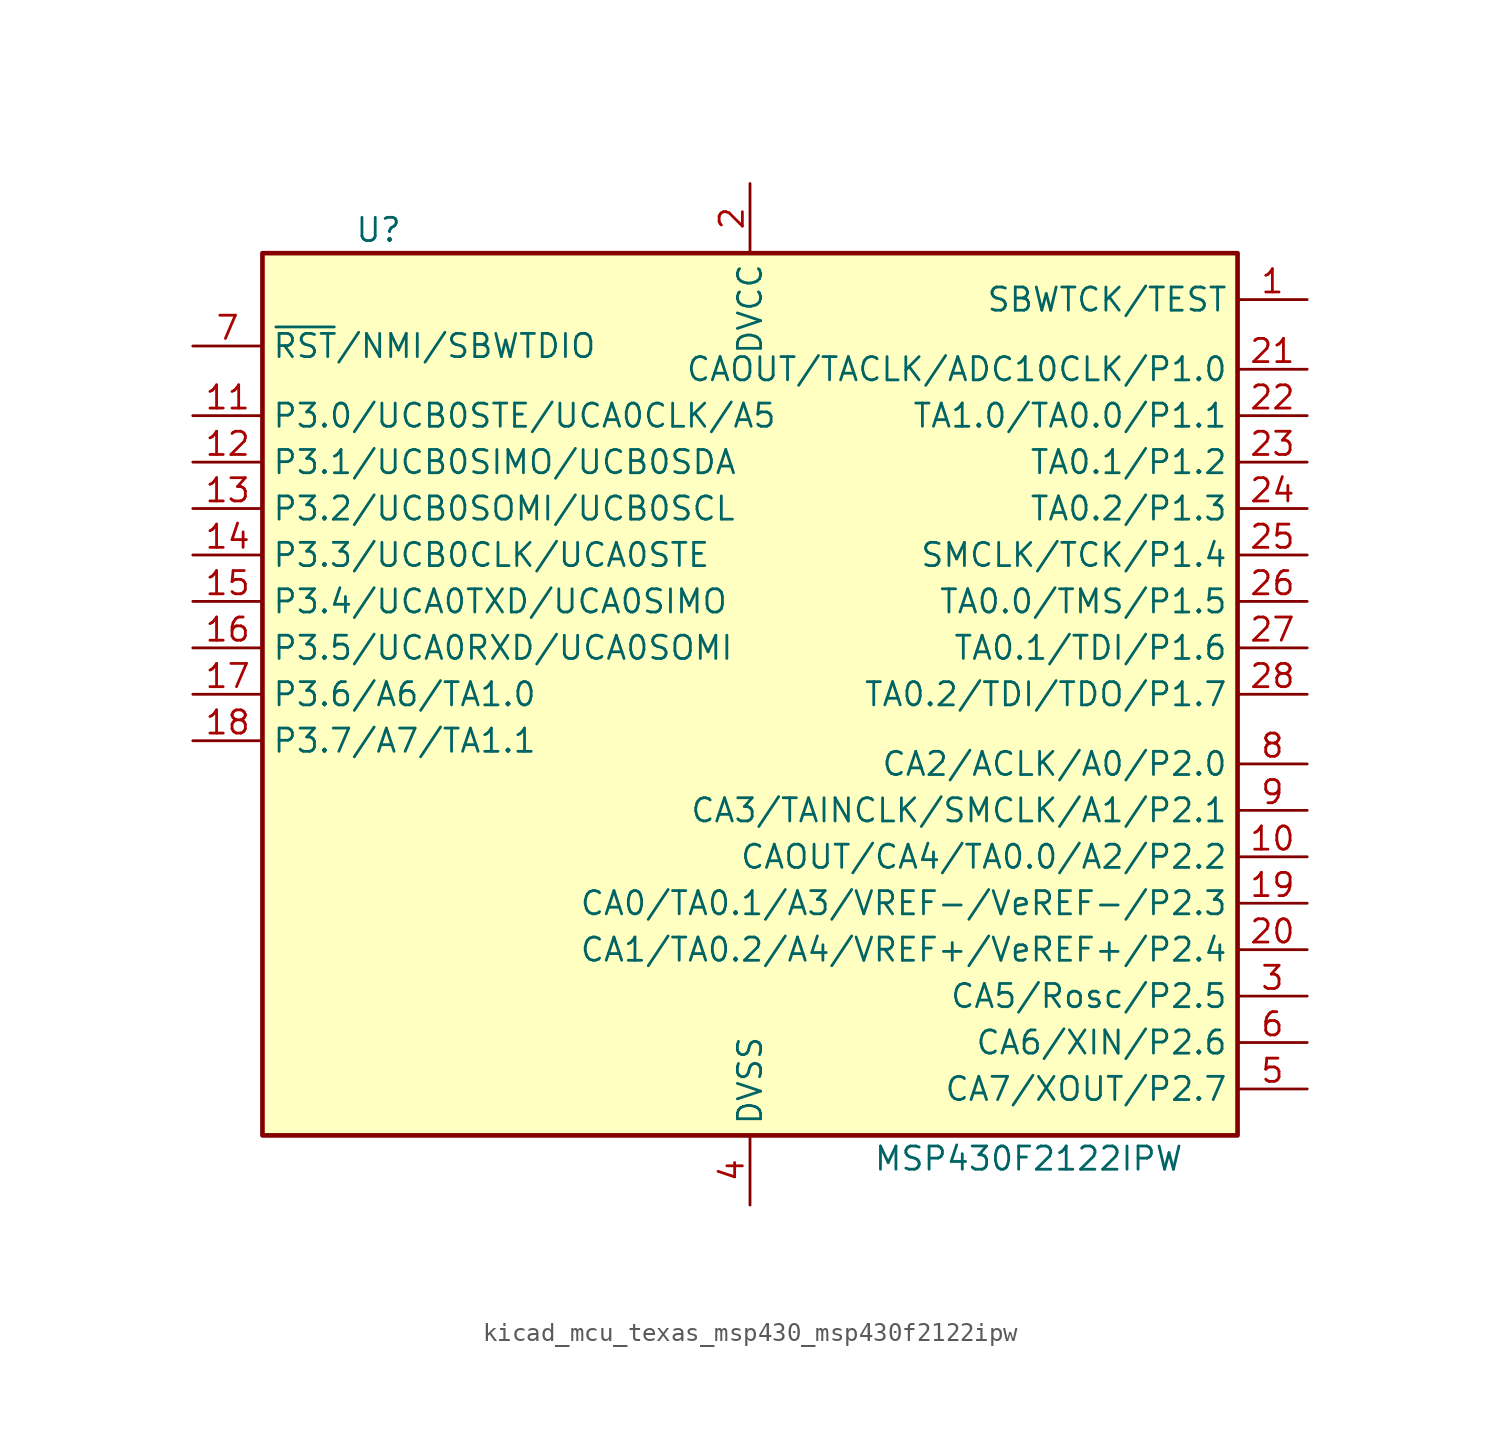
<source format=kicad_sym>
(kicad_symbol_lib
  (version 20220914)
  (generator kicad_symbol_editor)
  (symbol "kicad_mcu_texas_msp430_msp430f2122ipw"
    (property "Reference" "U"
      (at -20.32 25.4 0)
      (effects (font (size 1.27 1.27))))
    (property "Value" "MSP430F2122IPW"
      (at 15.24 -25.4 0)
      (effects (font (size 1.27 1.27))))
    (symbol "kicad_mcu_texas_msp430_msp430f2122ipw_0_1"
      (rectangle (start -26.67 24.13) (end 26.67 -24.13) (stroke (width 0.254) (type default)) (fill (type background))))
    (symbol "kicad_mcu_texas_msp430_msp430f2122ipw_1_1"
      (pin input line (at 30.48 21.59 180) (length 3.81) (name "SBWTCK/TEST" (effects (font (size 1.27 1.27)))) (number "1" (effects (font (size 1.27 1.27)))))
      (pin bidirectional line (at 30.48 -8.89 180) (length 3.81) (name "CAOUT/CA4/TA0.0/A2/P2.2" (effects (font (size 1.27 1.27)))) (number "10" (effects (font (size 1.27 1.27)))))
      (pin bidirectional line (at -30.48 15.24 0) (length 3.81) (name "P3.0/UCB0STE/UCA0CLK/A5" (effects (font (size 1.27 1.27)))) (number "11" (effects (font (size 1.27 1.27)))))
      (pin bidirectional line (at -30.48 12.7 0) (length 3.81) (name "P3.1/UCB0SIMO/UCB0SDA" (effects (font (size 1.27 1.27)))) (number "12" (effects (font (size 1.27 1.27)))))
      (pin bidirectional line (at -30.48 10.16 0) (length 3.81) (name "P3.2/UCB0SOMI/UCB0SCL" (effects (font (size 1.27 1.27)))) (number "13" (effects (font (size 1.27 1.27)))))
      (pin bidirectional line (at -30.48 7.62 0) (length 3.81) (name "P3.3/UCB0CLK/UCA0STE" (effects (font (size 1.27 1.27)))) (number "14" (effects (font (size 1.27 1.27)))))
      (pin bidirectional line (at -30.48 5.08 0) (length 3.81) (name "P3.4/UCA0TXD/UCA0SIMO" (effects (font (size 1.27 1.27)))) (number "15" (effects (font (size 1.27 1.27)))))
      (pin bidirectional line (at -30.48 2.54 0) (length 3.81) (name "P3.5/UCA0RXD/UCA0SOMI" (effects (font (size 1.27 1.27)))) (number "16" (effects (font (size 1.27 1.27)))))
      (pin bidirectional line (at -30.48 0 0) (length 3.81) (name "P3.6/A6/TA1.0" (effects (font (size 1.27 1.27)))) (number "17" (effects (font (size 1.27 1.27)))))
      (pin bidirectional line (at -30.48 -2.54 0) (length 3.81) (name "P3.7/A7/TA1.1" (effects (font (size 1.27 1.27)))) (number "18" (effects (font (size 1.27 1.27)))))
      (pin bidirectional line (at 30.48 -11.43 180) (length 3.81) (name "CA0/TA0.1/A3/VREF-/VeREF-/P2.3" (effects (font (size 1.27 1.27)))) (number "19" (effects (font (size 1.27 1.27)))))
      (pin power_in line (at 0 27.94 270) (length 3.81) (name "DVCC" (effects (font (size 1.27 1.27)))) (number "2" (effects (font (size 1.27 1.27)))))
      (pin bidirectional line (at 30.48 -13.97 180) (length 3.81) (name "CA1/TA0.2/A4/VREF+/VeREF+/P2.4" (effects (font (size 1.27 1.27)))) (number "20" (effects (font (size 1.27 1.27)))))
      (pin bidirectional line (at 30.48 17.78 180) (length 3.81) (name "CAOUT/TACLK/ADC10CLK/P1.0" (effects (font (size 1.27 1.27)))) (number "21" (effects (font (size 1.27 1.27)))))
      (pin bidirectional line (at 30.48 15.24 180) (length 3.81) (name "TA1.0/TA0.0/P1.1" (effects (font (size 1.27 1.27)))) (number "22" (effects (font (size 1.27 1.27)))))
      (pin bidirectional line (at 30.48 12.7 180) (length 3.81) (name "TA0.1/P1.2" (effects (font (size 1.27 1.27)))) (number "23" (effects (font (size 1.27 1.27)))))
      (pin bidirectional line (at 30.48 10.16 180) (length 3.81) (name "TA0.2/P1.3" (effects (font (size 1.27 1.27)))) (number "24" (effects (font (size 1.27 1.27)))))
      (pin bidirectional line (at 30.48 7.62 180) (length 3.81) (name "SMCLK/TCK/P1.4" (effects (font (size 1.27 1.27)))) (number "25" (effects (font (size 1.27 1.27)))))
      (pin bidirectional line (at 30.48 5.08 180) (length 3.81) (name "TA0.0/TMS/P1.5" (effects (font (size 1.27 1.27)))) (number "26" (effects (font (size 1.27 1.27)))))
      (pin bidirectional line (at 30.48 2.54 180) (length 3.81) (name "TA0.1/TDI/P1.6" (effects (font (size 1.27 1.27)))) (number "27" (effects (font (size 1.27 1.27)))))
      (pin bidirectional line (at 30.48 0 180) (length 3.81) (name "TA0.2/TDI/TDO/P1.7" (effects (font (size 1.27 1.27)))) (number "28" (effects (font (size 1.27 1.27)))))
      (pin bidirectional line (at 30.48 -16.51 180) (length 3.81) (name "CA5/Rosc/P2.5" (effects (font (size 1.27 1.27)))) (number "3" (effects (font (size 1.27 1.27)))))
      (pin power_in line (at 0 -27.94 90) (length 3.81) (name "DVSS" (effects (font (size 1.27 1.27)))) (number "4" (effects (font (size 1.27 1.27)))))
      (pin bidirectional line (at 30.48 -21.59 180) (length 3.81) (name "CA7/XOUT/P2.7" (effects (font (size 1.27 1.27)))) (number "5" (effects (font (size 1.27 1.27)))))
      (pin bidirectional line (at 30.48 -19.05 180) (length 3.81) (name "CA6/XIN/P2.6" (effects (font (size 1.27 1.27)))) (number "6" (effects (font (size 1.27 1.27)))))
      (pin bidirectional line (at -30.48 19.05 0) (length 3.81) (name "~{RST}/NMI/SBWTDIO" (effects (font (size 1.27 1.27)))) (number "7" (effects (font (size 1.27 1.27)))))
      (pin bidirectional line (at 30.48 -3.81 180) (length 3.81) (name "CA2/ACLK/A0/P2.0" (effects (font (size 1.27 1.27)))) (number "8" (effects (font (size 1.27 1.27)))))
      (pin bidirectional line (at 30.48 -6.35 180) (length 3.81) (name "CA3/TAINCLK/SMCLK/A1/P2.1" (effects (font (size 1.27 1.27)))) (number "9" (effects (font (size 1.27 1.27))))))))
</source>
